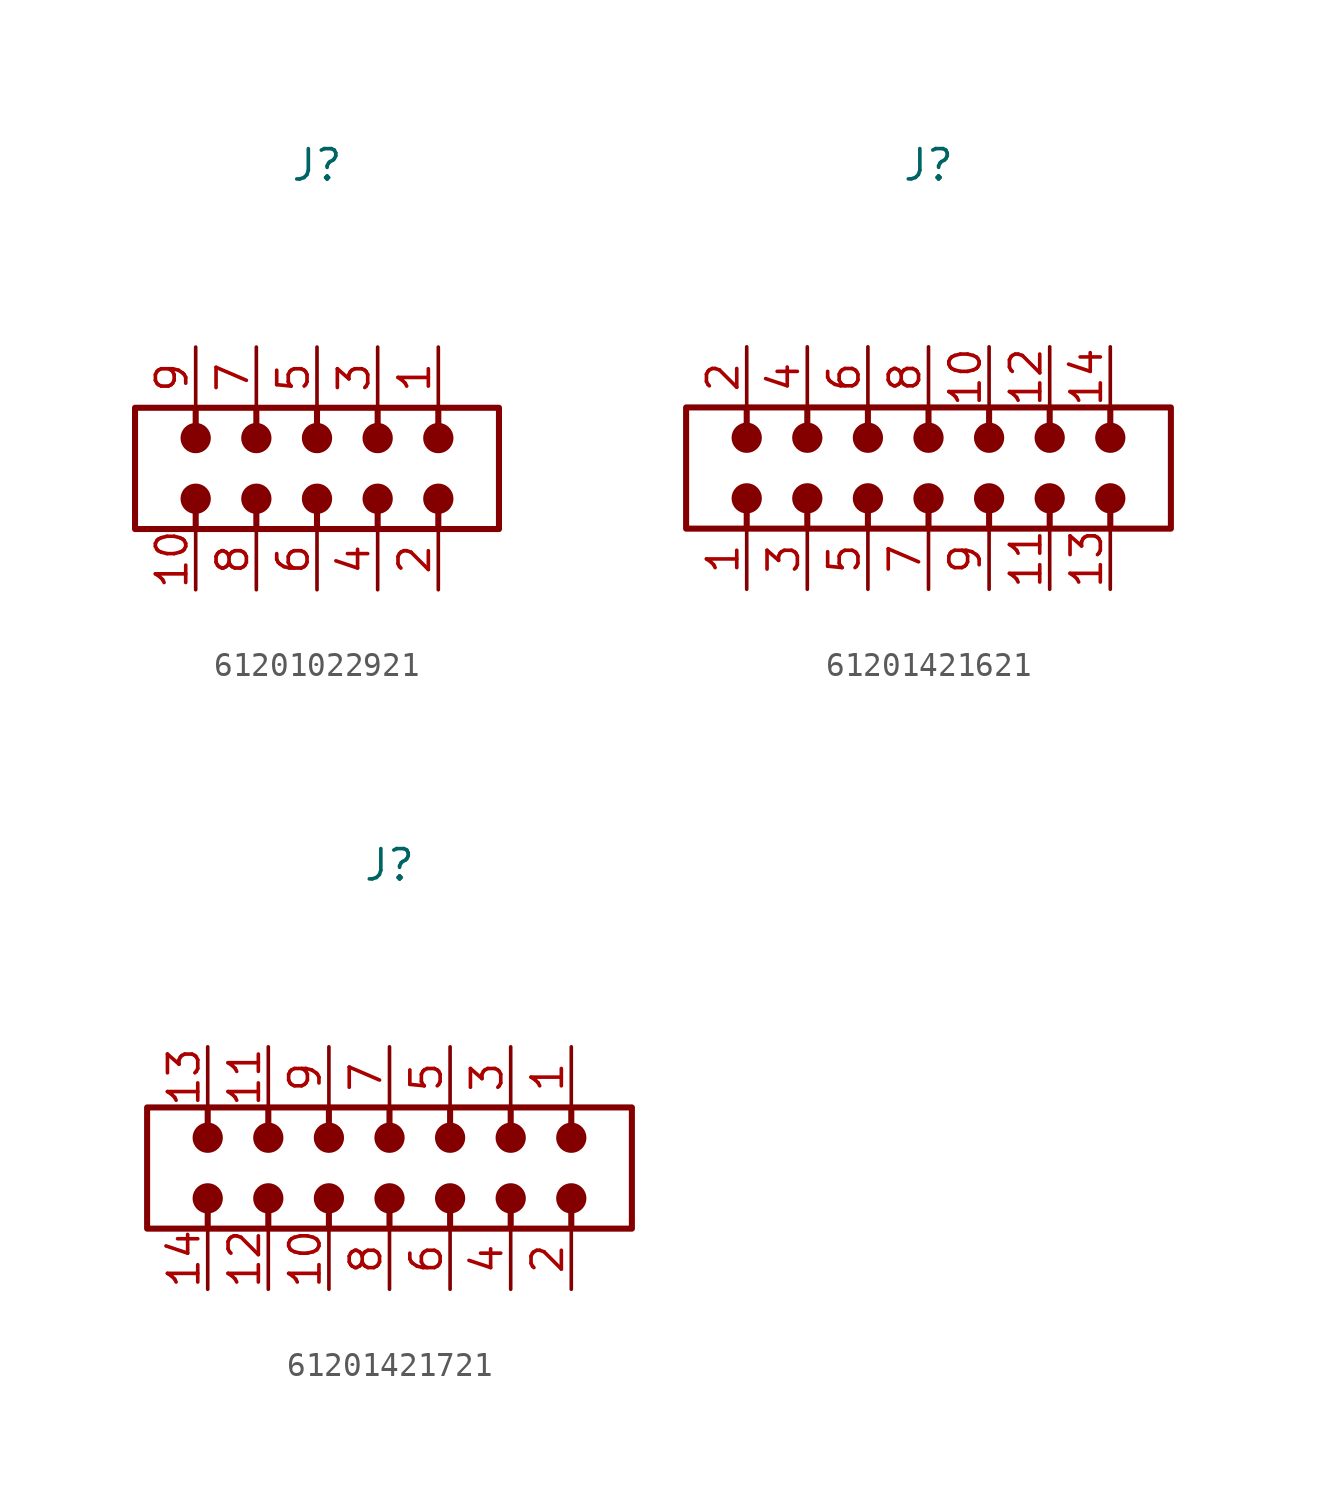
<source format=kicad_sym>
(kicad_symbol_lib
  (version 20241209)
  (generator "kicad_symbol_editor")
  (generator_version "9.0")
  (symbol "61201022921"
    (pin_names
      (hide yes))
    (property "Reference" "J"
      (at 0 12.7 0)
      (effects (font (size 1.27 1.27))))
    (symbol "61201022921_1_1"
      (polyline (pts (xy -5.08 1.778) (xy -5.08 2.54)) (stroke (width 0.254) (type solid)) (fill (type none)))
      (circle (center -5.08 1.27) (radius 0.508) (stroke (width 0.254) (type solid)) (fill (type outline)))
      (circle (center -5.08 -1.27) (radius 0.508) (stroke (width 0.254) (type solid)) (fill (type outline)))
      (polyline (pts (xy -5.08 -1.778) (xy -5.08 -2.54)) (stroke (width 0.254) (type solid)) (fill (type none)))
      (polyline (pts (xy -2.54 1.778) (xy -2.54 2.54)) (stroke (width 0.254) (type solid)) (fill (type none)))
      (circle (center -2.54 1.27) (radius 0.508) (stroke (width 0.254) (type solid)) (fill (type outline)))
      (circle (center -2.54 -1.27) (radius 0.508) (stroke (width 0.254) (type solid)) (fill (type outline)))
      (polyline (pts (xy -2.54 -1.778) (xy -2.54 -2.54)) (stroke (width 0.254) (type solid)) (fill (type none)))
      (polyline (pts (xy 0 1.778) (xy 0 2.54)) (stroke (width 0.254) (type solid)) (fill (type none)))
      (circle (center 0 1.27) (radius 0.508) (stroke (width 0.254) (type solid)) (fill (type outline)))
      (circle (center 0 -1.27) (radius 0.508) (stroke (width 0.254) (type solid)) (fill (type outline)))
      (polyline (pts (xy 0 -1.778) (xy 0 -2.54)) (stroke (width 0.254) (type solid)) (fill (type none)))
      (polyline (pts (xy 2.54 1.778) (xy 2.54 2.54)) (stroke (width 0.254) (type solid)) (fill (type none)))
      (circle (center 2.54 1.27) (radius 0.508) (stroke (width 0.254) (type solid)) (fill (type outline)))
      (circle (center 2.54 -1.27) (radius 0.508) (stroke (width 0.254) (type solid)) (fill (type outline)))
      (polyline (pts (xy 2.54 -1.778) (xy 2.54 -2.54)) (stroke (width 0.254) (type solid)) (fill (type none)))
      (polyline (pts (xy 5.08 1.778) (xy 5.08 2.54)) (stroke (width 0.254) (type solid)) (fill (type none)))
      (circle (center 5.08 1.27) (radius 0.508) (stroke (width 0.254) (type solid)) (fill (type outline)))
      (circle (center 5.08 -1.27) (radius 0.508) (stroke (width 0.254) (type solid)) (fill (type outline)))
      (polyline (pts (xy 5.08 -1.778) (xy 5.08 -2.54)) (stroke (width 0.254) (type solid)) (fill (type none)))
      (rectangle (start 7.62 -2.54) (end -7.62 2.54) (stroke (width 0.254) (type solid)) (fill (type none)))
      (pin passive line (at -5.08 5.08 270) (length 2.54) (name "9" (effects (font (size 1.27 1.27)))) (number "9" (effects (font (size 1.27 1.27)))))
      (pin passive line (at -5.08 -5.08 90) (length 2.54) (name "10" (effects (font (size 1.27 1.27)))) (number "10" (effects (font (size 1.27 1.27)))))
      (pin passive line (at -2.54 5.08 270) (length 2.54) (name "7" (effects (font (size 1.27 1.27)))) (number "7" (effects (font (size 1.27 1.27)))))
      (pin passive line (at -2.54 -5.08 90) (length 2.54) (name "8" (effects (font (size 1.27 1.27)))) (number "8" (effects (font (size 1.27 1.27)))))
      (pin passive line (at 0 5.08 270) (length 2.54) (name "5" (effects (font (size 1.27 1.27)))) (number "5" (effects (font (size 1.27 1.27)))))
      (pin passive line (at 0 -5.08 90) (length 2.54) (name "6" (effects (font (size 1.27 1.27)))) (number "6" (effects (font (size 1.27 1.27)))))
      (pin passive line (at 2.54 5.08 270) (length 2.54) (name "3" (effects (font (size 1.27 1.27)))) (number "3" (effects (font (size 1.27 1.27)))))
      (pin passive line (at 2.54 -5.08 90) (length 2.54) (name "4" (effects (font (size 1.27 1.27)))) (number "4" (effects (font (size 1.27 1.27)))))
      (pin passive line (at 5.08 5.08 270) (length 2.54) (name "1" (effects (font (size 1.27 1.27)))) (number "1" (effects (font (size 1.27 1.27)))))
      (pin passive line (at 5.08 -5.08 90) (length 2.54) (name "2" (effects (font (size 1.27 1.27)))) (number "2" (effects (font (size 1.27 1.27)))))))
  (symbol "61201421621"
    (pin_names
      (hide yes))
    (property "Reference" "J"
      (at 0 12.7 0)
      (effects (font (size 1.27 1.27))))
    (symbol "61201421621_1_1"
      (rectangle (start -10.16 2.54) (end 10.16 -2.54) (stroke (width 0.254) (type solid)) (fill (type none)))
      (polyline (pts (xy -7.62 1.778) (xy -7.62 2.54)) (stroke (width 0.254) (type solid)) (fill (type none)))
      (circle (center -7.62 1.27) (radius 0.508) (stroke (width 0.254) (type solid)) (fill (type outline)))
      (circle (center -7.62 -1.27) (radius 0.508) (stroke (width 0.254) (type solid)) (fill (type outline)))
      (polyline (pts (xy -7.62 -1.778) (xy -7.62 -2.54)) (stroke (width 0.254) (type solid)) (fill (type none)))
      (polyline (pts (xy -5.08 1.778) (xy -5.08 2.54)) (stroke (width 0.254) (type solid)) (fill (type none)))
      (circle (center -5.08 1.27) (radius 0.508) (stroke (width 0.254) (type solid)) (fill (type outline)))
      (circle (center -5.08 -1.27) (radius 0.508) (stroke (width 0.254) (type solid)) (fill (type outline)))
      (polyline (pts (xy -5.08 -1.778) (xy -5.08 -2.54)) (stroke (width 0.254) (type solid)) (fill (type none)))
      (polyline (pts (xy -2.54 1.778) (xy -2.54 2.54)) (stroke (width 0.254) (type solid)) (fill (type none)))
      (circle (center -2.54 1.27) (radius 0.508) (stroke (width 0.254) (type solid)) (fill (type outline)))
      (circle (center -2.54 -1.27) (radius 0.508) (stroke (width 0.254) (type solid)) (fill (type outline)))
      (polyline (pts (xy -2.54 -1.778) (xy -2.54 -2.54)) (stroke (width 0.254) (type solid)) (fill (type none)))
      (polyline (pts (xy 0 1.778) (xy 0 2.54)) (stroke (width 0.254) (type solid)) (fill (type none)))
      (circle (center 0 1.27) (radius 0.508) (stroke (width 0.254) (type solid)) (fill (type outline)))
      (circle (center 0 -1.27) (radius 0.508) (stroke (width 0.254) (type solid)) (fill (type outline)))
      (polyline (pts (xy 0 -1.778) (xy 0 -2.54)) (stroke (width 0.254) (type solid)) (fill (type none)))
      (polyline (pts (xy 2.54 1.778) (xy 2.54 2.54)) (stroke (width 0.254) (type solid)) (fill (type none)))
      (circle (center 2.54 1.27) (radius 0.508) (stroke (width 0.254) (type solid)) (fill (type outline)))
      (circle (center 2.54 -1.27) (radius 0.508) (stroke (width 0.254) (type solid)) (fill (type outline)))
      (polyline (pts (xy 2.54 -1.778) (xy 2.54 -2.54)) (stroke (width 0.254) (type solid)) (fill (type none)))
      (polyline (pts (xy 5.08 1.778) (xy 5.08 2.54)) (stroke (width 0.254) (type solid)) (fill (type none)))
      (circle (center 5.08 1.27) (radius 0.508) (stroke (width 0.254) (type solid)) (fill (type outline)))
      (circle (center 5.08 -1.27) (radius 0.508) (stroke (width 0.254) (type solid)) (fill (type outline)))
      (polyline (pts (xy 5.08 -1.778) (xy 5.08 -2.54)) (stroke (width 0.254) (type solid)) (fill (type none)))
      (polyline (pts (xy 7.62 1.778) (xy 7.62 2.54)) (stroke (width 0.254) (type solid)) (fill (type none)))
      (circle (center 7.62 1.27) (radius 0.508) (stroke (width 0.254) (type solid)) (fill (type outline)))
      (circle (center 7.62 -1.27) (radius 0.508) (stroke (width 0.254) (type solid)) (fill (type outline)))
      (polyline (pts (xy 7.62 -1.778) (xy 7.62 -2.54)) (stroke (width 0.254) (type solid)) (fill (type none)))
      (pin passive line (at -7.62 5.08 270) (length 2.54) (name "2" (effects (font (size 1.27 1.27)))) (number "2" (effects (font (size 1.27 1.27)))))
      (pin passive line (at -7.62 -5.08 90) (length 2.54) (name "1" (effects (font (size 1.27 1.27)))) (number "1" (effects (font (size 1.27 1.27)))))
      (pin passive line (at -5.08 5.08 270) (length 2.54) (name "4" (effects (font (size 1.27 1.27)))) (number "4" (effects (font (size 1.27 1.27)))))
      (pin passive line (at -5.08 -5.08 90) (length 2.54) (name "3" (effects (font (size 1.27 1.27)))) (number "3" (effects (font (size 1.27 1.27)))))
      (pin passive line (at -2.54 5.08 270) (length 2.54) (name "6" (effects (font (size 1.27 1.27)))) (number "6" (effects (font (size 1.27 1.27)))))
      (pin passive line (at -2.54 -5.08 90) (length 2.54) (name "5" (effects (font (size 1.27 1.27)))) (number "5" (effects (font (size 1.27 1.27)))))
      (pin passive line (at 0 5.08 270) (length 2.54) (name "8" (effects (font (size 1.27 1.27)))) (number "8" (effects (font (size 1.27 1.27)))))
      (pin passive line (at 0 -5.08 90) (length 2.54) (name "7" (effects (font (size 1.27 1.27)))) (number "7" (effects (font (size 1.27 1.27)))))
      (pin passive line (at 2.54 5.08 270) (length 2.54) (name "10" (effects (font (size 1.27 1.27)))) (number "10" (effects (font (size 1.27 1.27)))))
      (pin passive line (at 2.54 -5.08 90) (length 2.54) (name "9" (effects (font (size 1.27 1.27)))) (number "9" (effects (font (size 1.27 1.27)))))
      (pin passive line (at 5.08 5.08 270) (length 2.54) (name "12" (effects (font (size 1.27 1.27)))) (number "12" (effects (font (size 1.27 1.27)))))
      (pin passive line (at 5.08 -5.08 90) (length 2.54) (name "11" (effects (font (size 1.27 1.27)))) (number "11" (effects (font (size 1.27 1.27)))))
      (pin passive line (at 7.62 5.08 270) (length 2.54) (name "14" (effects (font (size 1.27 1.27)))) (number "14" (effects (font (size 1.27 1.27)))))
      (pin passive line (at 7.62 -5.08 90) (length 2.54) (name "13" (effects (font (size 1.27 1.27)))) (number "13" (effects (font (size 1.27 1.27)))))))
  (symbol "61201421721"
    (pin_names
      (hide yes))
    (property "Reference" "J"
      (at 0 12.7 0)
      (effects (font (size 1.27 1.27))))
    (symbol "61201421721_1_1"
      (polyline (pts (xy -7.62 1.778) (xy -7.62 2.54)) (stroke (width 0.254) (type solid)) (fill (type none)))
      (circle (center -7.62 1.27) (radius 0.508) (stroke (width 0.254) (type solid)) (fill (type outline)))
      (circle (center -7.62 -1.27) (radius 0.508) (stroke (width 0.254) (type solid)) (fill (type outline)))
      (polyline (pts (xy -7.62 -1.778) (xy -7.62 -2.54)) (stroke (width 0.254) (type solid)) (fill (type none)))
      (polyline (pts (xy -5.08 1.778) (xy -5.08 2.54)) (stroke (width 0.254) (type solid)) (fill (type none)))
      (circle (center -5.08 1.27) (radius 0.508) (stroke (width 0.254) (type solid)) (fill (type outline)))
      (circle (center -5.08 -1.27) (radius 0.508) (stroke (width 0.254) (type solid)) (fill (type outline)))
      (polyline (pts (xy -5.08 -1.778) (xy -5.08 -2.54)) (stroke (width 0.254) (type solid)) (fill (type none)))
      (polyline (pts (xy -2.54 1.778) (xy -2.54 2.54)) (stroke (width 0.254) (type solid)) (fill (type none)))
      (circle (center -2.54 1.27) (radius 0.508) (stroke (width 0.254) (type solid)) (fill (type outline)))
      (circle (center -2.54 -1.27) (radius 0.508) (stroke (width 0.254) (type solid)) (fill (type outline)))
      (polyline (pts (xy -2.54 -1.778) (xy -2.54 -2.54)) (stroke (width 0.254) (type solid)) (fill (type none)))
      (polyline (pts (xy 0 1.778) (xy 0 2.54)) (stroke (width 0.254) (type solid)) (fill (type none)))
      (circle (center 0 1.27) (radius 0.508) (stroke (width 0.254) (type solid)) (fill (type outline)))
      (circle (center 0 -1.27) (radius 0.508) (stroke (width 0.254) (type solid)) (fill (type outline)))
      (polyline (pts (xy 0 -1.778) (xy 0 -2.54)) (stroke (width 0.254) (type solid)) (fill (type none)))
      (polyline (pts (xy 2.54 1.778) (xy 2.54 2.54)) (stroke (width 0.254) (type solid)) (fill (type none)))
      (circle (center 2.54 1.27) (radius 0.508) (stroke (width 0.254) (type solid)) (fill (type outline)))
      (circle (center 2.54 -1.27) (radius 0.508) (stroke (width 0.254) (type solid)) (fill (type outline)))
      (polyline (pts (xy 2.54 -1.778) (xy 2.54 -2.54)) (stroke (width 0.254) (type solid)) (fill (type none)))
      (polyline (pts (xy 5.08 1.778) (xy 5.08 2.54)) (stroke (width 0.254) (type solid)) (fill (type none)))
      (circle (center 5.08 1.27) (radius 0.508) (stroke (width 0.254) (type solid)) (fill (type outline)))
      (circle (center 5.08 -1.27) (radius 0.508) (stroke (width 0.254) (type solid)) (fill (type outline)))
      (polyline (pts (xy 5.08 -1.778) (xy 5.08 -2.54)) (stroke (width 0.254) (type solid)) (fill (type none)))
      (polyline (pts (xy 7.62 1.778) (xy 7.62 2.54)) (stroke (width 0.254) (type solid)) (fill (type none)))
      (circle (center 7.62 1.27) (radius 0.508) (stroke (width 0.254) (type solid)) (fill (type outline)))
      (circle (center 7.62 -1.27) (radius 0.508) (stroke (width 0.254) (type solid)) (fill (type outline)))
      (polyline (pts (xy 7.62 -1.778) (xy 7.62 -2.54)) (stroke (width 0.254) (type solid)) (fill (type none)))
      (rectangle (start 10.16 -2.54) (end -10.16 2.54) (stroke (width 0.254) (type solid)) (fill (type none)))
      (pin passive line (at -7.62 5.08 270) (length 2.54) (name "13" (effects (font (size 1.27 1.27)))) (number "13" (effects (font (size 1.27 1.27)))))
      (pin passive line (at -7.62 -5.08 90) (length 2.54) (name "14" (effects (font (size 1.27 1.27)))) (number "14" (effects (font (size 1.27 1.27)))))
      (pin passive line (at -5.08 5.08 270) (length 2.54) (name "11" (effects (font (size 1.27 1.27)))) (number "11" (effects (font (size 1.27 1.27)))))
      (pin passive line (at -5.08 -5.08 90) (length 2.54) (name "12" (effects (font (size 1.27 1.27)))) (number "12" (effects (font (size 1.27 1.27)))))
      (pin passive line (at -2.54 5.08 270) (length 2.54) (name "9" (effects (font (size 1.27 1.27)))) (number "9" (effects (font (size 1.27 1.27)))))
      (pin passive line (at -2.54 -5.08 90) (length 2.54) (name "10" (effects (font (size 1.27 1.27)))) (number "10" (effects (font (size 1.27 1.27)))))
      (pin passive line (at 0 5.08 270) (length 2.54) (name "7" (effects (font (size 1.27 1.27)))) (number "7" (effects (font (size 1.27 1.27)))))
      (pin passive line (at 0 -5.08 90) (length 2.54) (name "8" (effects (font (size 1.27 1.27)))) (number "8" (effects (font (size 1.27 1.27)))))
      (pin passive line (at 2.54 5.08 270) (length 2.54) (name "5" (effects (font (size 1.27 1.27)))) (number "5" (effects (font (size 1.27 1.27)))))
      (pin passive line (at 2.54 -5.08 90) (length 2.54) (name "6" (effects (font (size 1.27 1.27)))) (number "6" (effects (font (size 1.27 1.27)))))
      (pin passive line (at 5.08 5.08 270) (length 2.54) (name "3" (effects (font (size 1.27 1.27)))) (number "3" (effects (font (size 1.27 1.27)))))
      (pin passive line (at 5.08 -5.08 90) (length 2.54) (name "4" (effects (font (size 1.27 1.27)))) (number "4" (effects (font (size 1.27 1.27)))))
      (pin passive line (at 7.62 5.08 270) (length 2.54) (name "1" (effects (font (size 1.27 1.27)))) (number "1" (effects (font (size 1.27 1.27)))))
      (pin passive line (at 7.62 -5.08 90) (length 2.54) (name "2" (effects (font (size 1.27 1.27)))) (number "2" (effects (font (size 1.27 1.27))))))))
</source>
